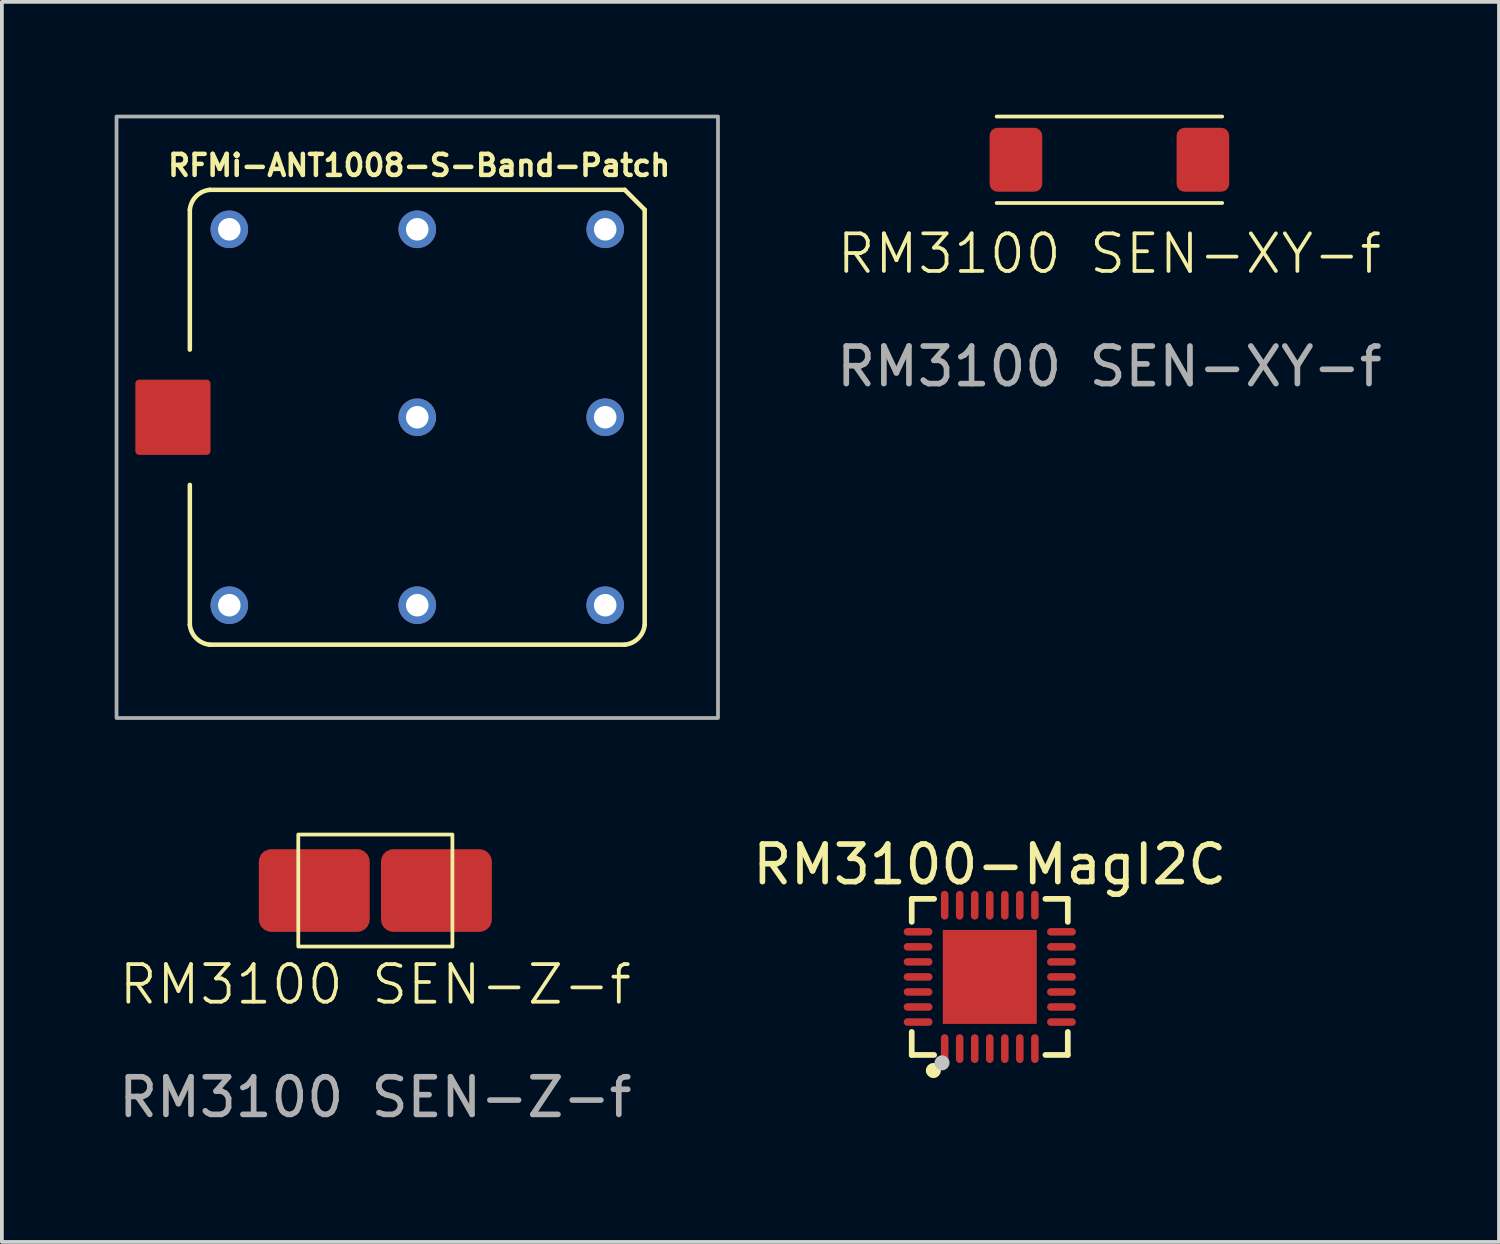
<source format=kicad_pcb>
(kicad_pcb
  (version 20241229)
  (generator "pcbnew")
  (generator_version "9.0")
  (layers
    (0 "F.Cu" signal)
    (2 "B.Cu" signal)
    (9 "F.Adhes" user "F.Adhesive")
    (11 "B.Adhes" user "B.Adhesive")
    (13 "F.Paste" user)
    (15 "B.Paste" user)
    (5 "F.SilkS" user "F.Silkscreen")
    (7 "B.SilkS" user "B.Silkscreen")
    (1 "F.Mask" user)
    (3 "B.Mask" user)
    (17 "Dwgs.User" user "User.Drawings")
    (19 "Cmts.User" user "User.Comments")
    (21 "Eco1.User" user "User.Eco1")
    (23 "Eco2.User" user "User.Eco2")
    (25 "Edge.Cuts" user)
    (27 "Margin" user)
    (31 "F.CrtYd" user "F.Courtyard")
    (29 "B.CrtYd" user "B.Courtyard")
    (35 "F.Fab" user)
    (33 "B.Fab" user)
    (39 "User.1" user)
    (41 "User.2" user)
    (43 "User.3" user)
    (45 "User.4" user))
  (footprint "RM3100 SEN-Z-f"
    (layer "F.Cu")
    (at 6.935 20.64)
    (property "Reference" "RM3100 SEN-Z-f" (at 0 2.5 0) (unlocked yes) (layer "F.SilkS") (effects (font (size 1 1) (thickness 0.1))))
    (attr smd)
    (fp_rect (start -2.05 -1.49) (end 2.05 1.49) (stroke (width 0.1) (type solid)) (fill no) (layer "F.SilkS"))
    (fp_text user "${REFERENCE}" (at 0 5.5 0) (unlocked yes) (layer "F.Fab") (effects (font (size 1 1) (thickness 0.15))))
    (pad "1" smd roundrect (at -1.625 0) (size 2.95 2.2) (layers "F.Cu" "F.Mask" "F.Paste") (roundrect_rratio 0.15))
    (pad "2" smd roundrect (at 1.625 0) (size 2.95 2.2) (layers "F.Cu" "F.Mask" "F.Paste") (roundrect_rratio 0.15)))
  (footprint "RM3100-MagI2C"
    (layer "F.Cu")
    (at 23.28 22.938)
    (property "Reference" "RM3100-MagI2C" (at 0 -2.99 0) (layer "F.SilkS") (effects (font (size 1 1) (thickness 0.15))))
    (fp_line (start -2.076 -2.076) (end -2.076 -1.464) (stroke (width 0.152) (type default)) (layer "F.SilkS"))
    (fp_line (start -2.076 -2.076) (end -1.48 -2.076) (stroke (width 0.152) (type default)) (layer "F.SilkS"))
    (fp_line (start -2.076 2.076) (end -2.076 1.464) (stroke (width 0.152) (type default)) (layer "F.SilkS"))
    (fp_line (start -1.48 2.076) (end -2.076 2.076) (stroke (width 0.152) (type default)) (layer "F.SilkS"))
    (fp_line (start 1.48 -2.076) (end 2.076 -2.076) (stroke (width 0.152) (type default)) (layer "F.SilkS"))
    (fp_line (start 2.076 -2.076) (end 2.076 -1.464) (stroke (width 0.152) (type default)) (layer "F.SilkS"))
    (fp_line (start 2.076 2.076) (end 1.48 2.076) (stroke (width 0.152) (type default)) (layer "F.SilkS"))
    (fp_line (start 2.076 2.076) (end 2.076 1.464) (stroke (width 0.152) (type default)) (layer "F.SilkS"))
    (fp_circle (center -1.5 2.49) (end -1.4 2.49) (stroke (width 0.2) (type default)) (fill no) (layer "F.SilkS"))
    (fp_circle (center -1.27 2.286) (end -1.17 2.286) (stroke (width 0.2) (type default)) (fill no) (layer "Dwgs.User"))
    (fp_poly (pts (xy -2 -1.1) (xy -2 -1.3) (xy -1.6 -1.3) (xy -1.6 -1.1)) (stroke (width 0.1) (type default)) (fill no) (layer "User.1"))
    (fp_poly (pts (xy -2 -0.7) (xy -2 -0.9) (xy -1.6 -0.9) (xy -1.6 -0.7)) (stroke (width 0.1) (type default)) (fill no) (layer "User.1"))
    (fp_poly (pts (xy -2 -0.3) (xy -2 -0.5) (xy -1.6 -0.5) (xy -1.6 -0.3)) (stroke (width 0.1) (type default)) (fill no) (layer "User.1"))
    (fp_poly (pts (xy -2 0.1) (xy -2 -0.1) (xy -1.6 -0.1) (xy -1.6 0.1)) (stroke (width 0.1) (type default)) (fill no) (layer "User.1"))
    (fp_poly (pts (xy -2 0.5) (xy -2 0.3) (xy -1.6 0.3) (xy -1.6 0.5)) (stroke (width 0.1) (type default)) (fill no) (layer "User.1"))
    (fp_poly (pts (xy -2 0.9) (xy -2 0.7) (xy -1.6 0.7) (xy -1.6 0.9)) (stroke (width 0.1) (type default)) (fill no) (layer "User.1"))
    (fp_poly (pts (xy -2 1.3) (xy -2 1.1) (xy -1.6 1.1) (xy -1.6 1.3)) (stroke (width 0.1) (type default)) (fill no) (layer "User.1"))
    (fp_poly (pts (xy -1.3 -2) (xy -1.1 -2) (xy -1.1 -1.6) (xy -1.3 -1.6)) (stroke (width 0.1) (type default)) (fill no) (layer "User.1"))
    (fp_poly (pts (xy -1.1 2) (xy -1.3 2) (xy -1.3 1.6) (xy -1.1 1.6)) (stroke (width 0.1) (type default)) (fill no) (layer "User.1"))
    (fp_poly (pts (xy -0.9 -2) (xy -0.7 -2) (xy -0.7 -1.6) (xy -0.9 -1.6)) (stroke (width 0.1) (type default)) (fill no) (layer "User.1"))
    (fp_poly (pts (xy -0.7 2) (xy -0.9 2) (xy -0.9 1.6) (xy -0.7 1.6)) (stroke (width 0.1) (type default)) (fill no) (layer "User.1"))
    (fp_poly (pts (xy -0.5 -2) (xy -0.3 -2) (xy -0.3 -1.6) (xy -0.5 -1.6)) (stroke (width 0.1) (type default)) (fill no) (layer "User.1"))
    (fp_poly (pts (xy -0.3 2) (xy -0.5 2) (xy -0.5 1.6) (xy -0.3 1.6)) (stroke (width 0.1) (type default)) (fill no) (layer "User.1"))
    (fp_poly (pts (xy -0.1 -2) (xy 0.1 -2) (xy 0.1 -1.6) (xy -0.1 -1.6)) (stroke (width 0.1) (type default)) (fill no) (layer "User.1"))
    (fp_poly (pts (xy 0.1 2) (xy -0.1 2) (xy -0.1 1.6) (xy 0.1 1.6)) (stroke (width 0.1) (type default)) (fill no) (layer "User.1"))
    (fp_poly (pts (xy 0.3 -2) (xy 0.5 -2) (xy 0.5 -1.6) (xy 0.3 -1.6)) (stroke (width 0.1) (type default)) (fill no) (layer "User.1"))
    (fp_poly (pts (xy 0.5 2) (xy 0.3 2) (xy 0.3 1.6) (xy 0.5 1.6)) (stroke (width 0.1) (type default)) (fill no) (layer "User.1"))
    (fp_poly (pts (xy 0.7 -2) (xy 0.9 -2) (xy 0.9 -1.6) (xy 0.7 -1.6)) (stroke (width 0.1) (type default)) (fill no) (layer "User.1"))
    (fp_poly (pts (xy 0.9 2) (xy 0.7 2) (xy 0.7 1.6) (xy 0.9 1.6)) (stroke (width 0.1) (type default)) (fill no) (layer "User.1"))
    (fp_poly (pts (xy 1.1 -2) (xy 1.3 -2) (xy 1.3 -1.6) (xy 1.1 -1.6)) (stroke (width 0.1) (type default)) (fill no) (layer "User.1"))
    (fp_poly (pts (xy 1.3 2) (xy 1.1 2) (xy 1.1 1.6) (xy 1.3 1.6)) (stroke (width 0.1) (type default)) (fill no) (layer "User.1"))
    (fp_poly (pts (xy 2 -1.1) (xy 2 -1.3) (xy 1.6 -1.3) (xy 1.6 -1.1)) (stroke (width 0.1) (type default)) (fill no) (layer "User.1"))
    (fp_poly (pts (xy 2 -0.7) (xy 2 -0.9) (xy 1.6 -0.9) (xy 1.6 -0.7)) (stroke (width 0.1) (type default)) (fill no) (layer "User.1"))
    (fp_poly (pts (xy 2 -0.3) (xy 2 -0.5) (xy 1.6 -0.5) (xy 1.6 -0.3)) (stroke (width 0.1) (type default)) (fill no) (layer "User.1"))
    (fp_poly (pts (xy 2 0.1) (xy 2 -0.1) (xy 1.6 -0.1) (xy 1.6 0.1)) (stroke (width 0.1) (type default)) (fill no) (layer "User.1"))
    (fp_poly (pts (xy 2 0.5) (xy 2 0.3) (xy 1.6 0.3) (xy 1.6 0.5)) (stroke (width 0.1) (type default)) (fill no) (layer "User.1"))
    (fp_poly (pts (xy 2 0.9) (xy 2 0.7) (xy 1.6 0.7) (xy 1.6 0.9)) (stroke (width 0.1) (type default)) (fill no) (layer "User.1"))
    (fp_poly (pts (xy 2 1.3) (xy 2 1.1) (xy 1.6 1.1) (xy 1.6 1.3)) (stroke (width 0.1) (type default)) (fill no) (layer "User.1"))
    (fp_poly (pts (xy -1.25 1) (xy -1.25 -1.25) (xy 1.25 -1.25) (xy 1.25 1.25) (xy -1 1.25)) (stroke (width 0.1) (type default)) (fill no) (layer "User.1"))
    (fp_line (start -2 -2) (end -2 2) (stroke (width 0.051) (type default)) (layer "User.2"))
    (fp_line (start -2 2) (end 2 2) (stroke (width 0.051) (type default)) (layer "User.2"))
    (fp_line (start 2 -2) (end -2 -2) (stroke (width 0.051) (type default)) (layer "User.2"))
    (fp_line (start 2 2) (end 2 -2) (stroke (width 0.051) (type default)) (layer "User.2"))
    (fp_poly (pts (xy -1.945 1.977) (xy -1.977 1.945) (xy -2.023 1.945) (xy -2.055 1.977) (xy -2.055 2.023) (xy -2.023 2.055) (xy -1.977 2.055) (xy -1.945 2.023)) (stroke (width 0.1) (type default)) (fill no) (layer "User.3"))
    (pad "1" smd oval (at -1.2 1.907) (size 0.2 0.765) (layers "F.Cu" "F.Mask" "F.Paste"))
    (pad "2" smd oval (at -0.8 1.907) (size 0.2 0.765) (layers "F.Cu" "F.Mask" "F.Paste"))
    (pad "3" smd oval (at -0.4 1.907) (size 0.2 0.765) (layers "F.Cu" "F.Mask" "F.Paste"))
    (pad "4" smd oval (at 0 1.907) (size 0.2 0.765) (layers "F.Cu" "F.Mask" "F.Paste"))
    (pad "5" smd oval (at 0.4 1.907) (size 0.2 0.765) (layers "F.Cu" "F.Mask" "F.Paste"))
    (pad "6" smd oval (at 0.8 1.907) (size 0.2 0.765) (layers "F.Cu" "F.Mask" "F.Paste"))
    (pad "7" smd oval (at 1.2 1.907) (size 0.2 0.765) (layers "F.Cu" "F.Mask" "F.Paste"))
    (pad "8" smd oval (at 1.907 1.2) (size 0.765 0.2) (layers "F.Cu" "F.Mask" "F.Paste"))
    (pad "9" smd oval (at 1.907 0.8) (size 0.765 0.2) (layers "F.Cu" "F.Mask" "F.Paste"))
    (pad "10" smd oval (at 1.907 0.4) (size 0.765 0.2) (layers "F.Cu" "F.Mask" "F.Paste"))
    (pad "11" smd oval (at 1.907 0) (size 0.765 0.2) (layers "F.Cu" "F.Mask" "F.Paste"))
    (pad "12" smd oval (at 1.907 -0.4) (size 0.765 0.2) (layers "F.Cu" "F.Mask" "F.Paste"))
    (pad "13" smd oval (at 1.907 -0.8) (size 0.765 0.2) (layers "F.Cu" "F.Mask" "F.Paste"))
    (pad "14" smd oval (at 1.907 -1.2) (size 0.765 0.2) (layers "F.Cu" "F.Mask" "F.Paste"))
    (pad "15" smd oval (at 1.2 -1.907) (size 0.2 0.765) (layers "F.Cu" "F.Mask" "F.Paste"))
    (pad "16" smd oval (at 0.8 -1.907) (size 0.2 0.765) (layers "F.Cu" "F.Mask" "F.Paste"))
    (pad "17" smd oval (at 0.4 -1.907) (size 0.2 0.765) (layers "F.Cu" "F.Mask" "F.Paste"))
    (pad "18" smd oval (at 0 -1.907) (size 0.2 0.765) (layers "F.Cu" "F.Mask" "F.Paste"))
    (pad "19" smd oval (at -0.4 -1.907) (size 0.2 0.765) (layers "F.Cu" "F.Mask" "F.Paste"))
    (pad "20" smd oval (at -0.8 -1.907) (size 0.2 0.765) (layers "F.Cu" "F.Mask" "F.Paste"))
    (pad "21" smd oval (at -1.2 -1.907) (size 0.2 0.765) (layers "F.Cu" "F.Mask" "F.Paste"))
    (pad "22" smd oval (at -1.907 -1.2) (size 0.765 0.2) (layers "F.Cu" "F.Mask" "F.Paste"))
    (pad "23" smd oval (at -1.907 -0.8) (size 0.765 0.2) (layers "F.Cu" "F.Mask" "F.Paste"))
    (pad "24" smd oval (at -1.907 -0.4) (size 0.765 0.2) (layers "F.Cu" "F.Mask" "F.Paste"))
    (pad "25" smd oval (at -1.907 0) (size 0.765 0.2) (layers "F.Cu" "F.Mask" "F.Paste"))
    (pad "26" smd oval (at -1.907 0.4) (size 0.765 0.2) (layers "F.Cu" "F.Mask" "F.Paste"))
    (pad "27" smd oval (at -1.907 0.8) (size 0.765 0.2) (layers "F.Cu" "F.Mask" "F.Paste"))
    (pad "28" smd oval (at -1.907 1.2) (size 0.765 0.2) (layers "F.Cu" "F.Mask" "F.Paste"))
    (pad "29" smd rect (at 0 0) (size 2.5 2.5) (layers "F.Cu" "F.Mask" "F.Paste")))
  (footprint "RM3100 SEN-XY-f"
    (layer "F.Cu")
    (at 26.463 1.2)
    (property "Reference" "RM3100 SEN-XY-f" (at 0 2.5 0) (unlocked yes) (layer "F.SilkS") (effects (font (size 1 1) (thickness 0.1))))
    (attr smd)
    (fp_line (start -3 -1.15) (end 3 -1.15) (stroke (width 0.1) (type default)) (layer "F.SilkS"))
    (fp_line (start -3 1.15) (end 3 1.15) (stroke (width 0.1) (type default)) (layer "F.SilkS"))
    (fp_text user "${REFERENCE}" (at 0 5.5 0) (unlocked yes) (layer "F.Fab") (effects (font (size 1 1) (thickness 0.15))))
    (pad "1" smd roundrect (at 2.487 0) (size 1.4 1.7) (layers "F.Cu" "F.Mask" "F.Paste") (roundrect_rratio 0.15))
    (pad "2" smd roundrect (at -2.487 0) (size 1.4 1.7) (layers "F.Cu" "F.Mask" "F.Paste") (roundrect_rratio 0.15)))
  (footprint "RFMi-ANT1008-S-Band-Patch"
    (layer "F.Cu")
    (at 8.05 8.05)
    (property "Reference" "RFMi-ANT1008-S-Band-Patch" (at 0.05 -6.7 0) (unlocked yes) (layer "F.SilkS") (effects (font (size 0.56 0.56) (thickness 0.12))))
    (attr smd dnp)
    (fp_rect (start -1.4 -5.9) (end 1.4 -3.1) (stroke (width 0.18) (type solid)) (fill yes) (layer "F.Mask"))
    (fp_rect (start -1.4 -1.4) (end 1.4 1.4) (stroke (width 0.2) (type solid)) (fill yes) (layer "F.Mask"))
    (fp_rect (start -1.4 3.1) (end 1.4 5.9) (stroke (width 0.18) (type solid)) (fill yes) (layer "F.Mask"))
    (fp_rect (start 3.1 -1.4) (end 5.9 1.4) (stroke (width 0.18) (type solid)) (fill yes) (layer "F.Mask"))
    (fp_poly (pts (xy 5.9 -5.45) (xy 5.9 -3.1) (xy 3.1 -3.1) (xy 3.1 -5.9) (xy 5.45 -5.9)) (stroke (width 0.18) (type solid)) (fill yes) (layer "F.Mask"))
    (fp_poly (pts (xy -5.85 -5.65) (xy -5.65 -5.85) (xy -5.5 -5.9) (xy -3.1 -5.9) (xy -3.1 -3.1) (xy -5.9 -3.1) (xy -5.9 -5.5)) (stroke (width 0.18) (type solid)) (fill yes) (layer "F.Mask"))
    (fp_poly (pts (xy -5.65 5.85) (xy -5.85 5.65) (xy -5.9 5.5) (xy -5.9 3.1) (xy -3.1 3.1) (xy -3.1 5.9) (xy -5.5 5.9)) (stroke (width 0.18) (type solid)) (fill yes) (layer "F.Mask"))
    (fp_poly (pts (xy 5.85 5.65) (xy 5.65 5.85) (xy 5.5 5.9) (xy 3.1 5.9) (xy 3.1 3.1) (xy 5.9 3.1) (xy 5.9 5.5)) (stroke (width 0.18) (type solid)) (fill yes) (layer "F.Mask"))
    (fp_line (start -6.05 -1.8) (end -6.05 -5.52) (stroke (width 0.12) (type solid)) (layer "F.SilkS"))
    (fp_line (start -6.05 1.8) (end -6.05 5.52) (stroke (width 0.12) (type solid)) (layer "F.SilkS"))
    (fp_line (start -5.52 6.05) (end 5.52 6.05) (stroke (width 0.12) (type solid)) (layer "F.SilkS"))
    (fp_line (start 5.52 -6.05) (end -5.52 -6.05) (stroke (width 0.12) (type solid)) (layer "F.SilkS"))
    (fp_line (start 6.05 -5.52) (end 5.52 -6.05) (stroke (width 0.12) (type solid)) (layer "F.SilkS"))
    (fp_line (start 6.05 5.52) (end 6.05 -5.52) (stroke (width 0.12) (type solid)) (layer "F.SilkS"))
    (fp_arc (start -6.05 -5.52) (mid -5.879705 -5.879705) (end -5.52 -6.05) (stroke (width 0.12) (type solid)) (layer "F.SilkS"))
    (fp_arc (start -5.52 6.05) (mid -5.879705 5.879705) (end -6.05 5.52) (stroke (width 0.12) (type solid)) (layer "F.SilkS"))
    (fp_arc (start 6.05 5.52) (mid 5.879706 5.879706) (end 5.52 6.05) (stroke (width 0.12) (type solid)) (layer "F.SilkS"))
    (fp_rect (start -1.4 -5.9) (end 1.4 -3.1) (stroke (width 0.18) (type solid)) (fill yes) (layer "F.Paste"))
    (fp_rect (start -1.4 -1.4) (end 1.4 1.4) (stroke (width 0.2) (type solid)) (fill yes) (layer "F.Paste"))
    (fp_rect (start -1.4 3.1) (end 1.4 5.9) (stroke (width 0.18) (type solid)) (fill yes) (layer "F.Paste"))
    (fp_rect (start 3.1 -1.4) (end 5.9 1.4) (stroke (width 0.18) (type solid)) (fill yes) (layer "F.Paste"))
    (fp_poly (pts (xy 5.9 -5.45) (xy 5.9 -3.1) (xy 3.1 -3.1) (xy 3.1 -5.9) (xy 5.45 -5.9)) (stroke (width 0.18) (type solid)) (fill yes) (layer "F.Paste"))
    (fp_poly (pts (xy -5.85 -5.65) (xy -5.65 -5.85) (xy -5.5 -5.9) (xy -3.1 -5.9) (xy -3.1 -3.1) (xy -5.9 -3.1) (xy -5.9 -5.5)) (stroke (width 0.18) (type solid)) (fill yes) (layer "F.Paste"))
    (fp_poly (pts (xy -5.65 5.85) (xy -5.85 5.65) (xy -5.9 5.5) (xy -5.9 3.1) (xy -3.1 3.1) (xy -3.1 5.9) (xy -5.5 5.9)) (stroke (width 0.18) (type solid)) (fill yes) (layer "F.Paste"))
    (fp_poly (pts (xy 5.85 5.65) (xy 5.65 5.85) (xy 5.5 5.9) (xy 3.1 5.9) (xy 3.1 3.1) (xy 5.9 3.1) (xy 5.9 5.5)) (stroke (width 0.18) (type solid)) (fill yes) (layer "F.Paste"))
    (fp_rect (start 8 -8) (end -8 8) (stroke (width 0.1) (type solid)) (fill no) (layer "F.Fab"))
    (pad "1" smd roundrect (at -6.5 0) (size 2 2) (layers "F.Cu" "F.Mask" "F.Paste") (roundrect_rratio 0.05))
    (pad "2" thru_hole circle (at -5 -5) (size 1 1) (drill 0.6) (layers "*.Cu"))
    (pad "2" thru_hole circle (at -5 5) (size 1 1) (drill 0.6) (layers "*.Cu"))
    (pad "2" thru_hole circle (at 0 -5) (size 1 1) (drill 0.6) (layers "*.Cu"))
    (pad "2" thru_hole circle (at 0 0) (size 1 1) (drill 0.6) (layers "*.Cu"))
    (pad "2" thru_hole circle (at 0 5) (size 1 1) (drill 0.6) (layers "*.Cu"))
    (pad "2" thru_hole circle (at 5 -5) (size 1 1) (drill 0.6) (layers "*.Cu"))
    (pad "2" thru_hole circle (at 5 0) (size 1 1) (drill 0.6) (layers "*.Cu"))
    (pad "2" thru_hole circle (at 5 5) (size 1 1) (drill 0.6) (layers "*.Cu"))
    (zone (net_name "") (layer "F.Cu") (hatch edge 0.508) (connect_pads) (min_thickness 0.254) (filled_areas_thickness no) (keepout (tracks allowed) (vias allowed) (pads allowed) (copperpour not_allowed) (footprints allowed)) (placement (enabled no)) (fill) (polygon (pts (xy 3.55 9.55) (xy 0.05 9.55) (xy 0.05 6.55) (xy 3.55 6.55)))))
  (gr_rect
    (start -3 -3)
    (end 36.826 29.988)
    (stroke (width 0.1) (type default))
    (fill no)
    (layer "Edge.Cuts")))
</source>
